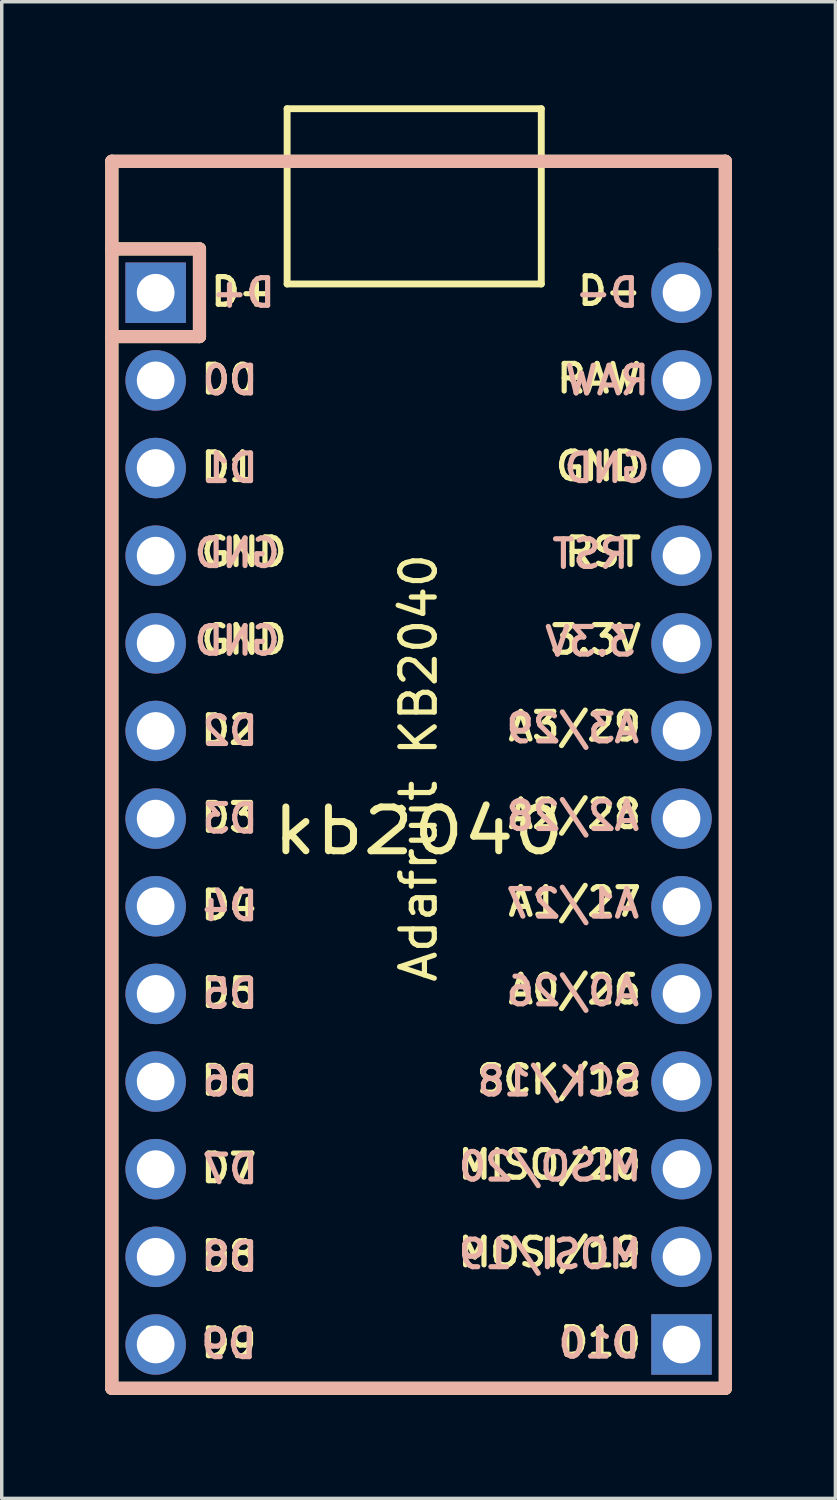
<source format=kicad_pcb>
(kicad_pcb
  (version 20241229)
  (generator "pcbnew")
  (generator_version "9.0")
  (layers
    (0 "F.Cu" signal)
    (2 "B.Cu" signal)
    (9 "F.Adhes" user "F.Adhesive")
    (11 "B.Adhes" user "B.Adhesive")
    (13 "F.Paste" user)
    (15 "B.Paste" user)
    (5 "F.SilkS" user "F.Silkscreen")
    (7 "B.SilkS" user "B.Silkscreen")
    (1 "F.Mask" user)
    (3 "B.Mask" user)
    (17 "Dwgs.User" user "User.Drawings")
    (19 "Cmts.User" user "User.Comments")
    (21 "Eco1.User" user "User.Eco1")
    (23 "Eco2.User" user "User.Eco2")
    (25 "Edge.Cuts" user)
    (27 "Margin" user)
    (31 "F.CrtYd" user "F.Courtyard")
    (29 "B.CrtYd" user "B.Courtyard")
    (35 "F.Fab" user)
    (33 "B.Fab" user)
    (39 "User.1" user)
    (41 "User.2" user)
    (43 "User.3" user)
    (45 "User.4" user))
  (footprint "kb2040"
    (layer "F.Cu")
    (at 9.081 19.404)
    (property "Reference" "kb2040" (at 0 1.625 0) (layer "F.SilkS") (effects (font (size 1.27 1.524) (thickness 0.203))))
    (attr through_hole)
    (fp_line (start -8.89 -17.78) (end -8.89 -15.24) (stroke (width 0.381) (type solid)) (layer "F.SilkS"))
    (fp_line (start -8.89 -15.24) (end -8.89 17.78) (stroke (width 0.381) (type solid)) (layer "F.SilkS"))
    (fp_line (start -8.89 17.78) (end 8.89 17.78) (stroke (width 0.381) (type solid)) (layer "F.SilkS"))
    (fp_line (start -6.35 -15.24) (end -8.89 -15.24) (stroke (width 0.381) (type solid)) (layer "F.SilkS"))
    (fp_line (start -6.35 -15.24) (end -6.35 -12.7) (stroke (width 0.381) (type solid)) (layer "F.SilkS"))
    (fp_line (start -6.35 -12.7) (end -8.89 -12.7) (stroke (width 0.381) (type solid)) (layer "F.SilkS"))
    (fp_line (start -3.81 -19.304) (end 3.556 -19.304) (stroke (width 0.2) (type solid)) (layer "F.SilkS"))
    (fp_line (start -3.81 -14.224) (end -3.81 -19.304) (stroke (width 0.2) (type solid)) (layer "F.SilkS"))
    (fp_line (start 3.556 -19.304) (end 3.556 -14.224) (stroke (width 0.2) (type solid)) (layer "F.SilkS"))
    (fp_line (start 3.556 -14.224) (end -3.81 -14.224) (stroke (width 0.2) (type solid)) (layer "F.SilkS"))
    (fp_line (start 8.89 -17.78) (end -8.89 -17.78) (stroke (width 0.381) (type solid)) (layer "F.SilkS"))
    (fp_line (start 8.89 -15.24) (end 8.89 -17.78) (stroke (width 0.381) (type solid)) (layer "F.SilkS"))
    (fp_line (start 8.89 17.78) (end 8.89 -15.24) (stroke (width 0.381) (type solid)) (layer "F.SilkS"))
    (fp_line (start -8.89 -17.78) (end -8.89 17.78) (stroke (width 0.381) (type solid)) (layer "B.SilkS"))
    (fp_line (start -8.89 17.78) (end 8.89 17.78) (stroke (width 0.381) (type solid)) (layer "B.SilkS"))
    (fp_line (start -6.35 -15.24) (end -8.89 -15.24) (stroke (width 0.381) (type solid)) (layer "B.SilkS"))
    (fp_line (start -6.35 -15.24) (end -6.35 -12.7) (stroke (width 0.381) (type solid)) (layer "B.SilkS"))
    (fp_line (start -6.35 -12.7) (end -8.89 -12.7) (stroke (width 0.381) (type solid)) (layer "B.SilkS"))
    (fp_line (start 8.89 -17.78) (end -8.89 -17.78) (stroke (width 0.381) (type solid)) (layer "B.SilkS"))
    (fp_line (start 8.89 17.78) (end 8.89 -17.78) (stroke (width 0.381) (type solid)) (layer "B.SilkS"))
    (fp_text user "D9" (at -5.5 16.47 0) (layer "F.SilkS") (effects (font (size 0.8 0.8) (thickness 0.15))))
    (fp_text user "3.3V" (at 5.133 -3.915 0) (layer "F.SilkS") (effects (font (size 0.8 0.8) (thickness 0.15))))
    (fp_text user "A1/27" (at 4.524 3.68 0) (layer "F.SilkS") (effects (font (size 0.8 0.8) (thickness 0.15))))
    (fp_text user "GND" (at -5.062 -6.456 0) (layer "F.SilkS") (effects (font (size 0.8 0.8) (thickness 0.15))))
    (fp_text user "A0/26" (at 4.524 6.22 0) (layer "F.SilkS") (effects (font (size 0.8 0.8) (thickness 0.15))))
    (fp_text user "D10" (at 5.267 16.431 0) (layer "F.SilkS") (effects (font (size 0.8 0.8) (thickness 0.15))))
    (fp_text user "D2" (at -5.5 -1.3 0) (layer "F.SilkS") (effects (font (size 0.8 0.8) (thickness 0.15))))
    (fp_text user "GND" (at 5.21 -8.944 0) (layer "F.SilkS") (effects (font (size 0.8 0.8) (thickness 0.15))))
    (fp_text user "D7" (at -5.5 11.4 0) (layer "F.SilkS") (effects (font (size 0.8 0.8) (thickness 0.15))))
    (fp_text user "MISO/20" (at 3.8 11.3 0) (layer "F.SilkS") (effects (font (size 0.8 0.8) (thickness 0.15))))
    (fp_text user "D6" (at -5.5 8.86 0) (layer "F.SilkS") (effects (font (size 0.8 0.8) (thickness 0.15))))
    (fp_text user "D0" (at -5.5 -11.46 0) (layer "F.SilkS") (effects (font (size 0.8 0.8) (thickness 0.15))))
    (fp_text user "D3" (at -5.5 1.24 0) (layer "F.SilkS") (effects (font (size 0.8 0.8) (thickness 0.15))))
    (fp_text user "MOSI/19" (at 3.8 13.84 0) (layer "F.SilkS") (effects (font (size 0.8 0.8) (thickness 0.15))))
    (fp_text user "RST" (at 5.343 -6.455 0) (layer "F.SilkS") (effects (font (size 0.8 0.8) (thickness 0.15))))
    (fp_text user "D1" (at -5.5 -8.92 0) (layer "F.SilkS") (effects (font (size 0.8 0.8) (thickness 0.15))))
    (fp_text user "A3/29" (at 4.524 -1.4 0) (layer "F.SilkS") (effects (font (size 0.8 0.8) (thickness 0.15))))
    (fp_text user "D5" (at -5.5 6.32 0) (layer "F.SilkS") (effects (font (size 0.8 0.8) (thickness 0.15))))
    (fp_text user "D+" (at -5.1 -14 0) (layer "F.SilkS") (effects (font (size 0.8 0.8) (thickness 0.15))))
    (fp_text user "D8" (at -5.5 13.94 0) (layer "F.SilkS") (effects (font (size 0.8 0.8) (thickness 0.15))))
    (fp_text user "RAW" (at 5.229 -11.484 0) (layer "F.SilkS") (effects (font (size 0.8 0.8) (thickness 0.15))))
    (fp_text user "A2/28" (at 4.524 1.14 0) (layer "F.SilkS") (effects (font (size 0.8 0.8) (thickness 0.15))))
    (fp_text user "D4" (at -5.5 3.78 0) (layer "F.SilkS") (effects (font (size 0.8 0.8) (thickness 0.15))))
    (fp_text user "Adafruit KB2040" (at 0 -0.2 90) (unlocked yes) (layer "F.SilkS") (effects (font (size 1 1) (thickness 0.15))))
    (fp_text user "GND" (at -5.062 -3.916 0) (layer "F.SilkS") (effects (font (size 0.8 0.8) (thickness 0.15))))
    (fp_text user "SCK/18" (at 4.067 8.836 0) (layer "F.SilkS") (effects (font (size 0.8 0.8) (thickness 0.15))))
    (fp_text user "D-" (at 5.533 -14.024 0) (layer "F.SilkS") (effects (font (size 0.8 0.8) (thickness 0.15))))
    (fp_text user "D6" (at -5.461 8.89 0) (layer "B.SilkS") (effects (font (size 0.8 0.8) (thickness 0.15)) (justify mirror)))
    (fp_text user "A3/29" (at 4.47 -1.346 0) (layer "B.SilkS") (effects (font (size 0.8 0.8) (thickness 0.15)) (justify mirror)))
    (fp_text user "D4" (at -5.461 3.81 0) (layer "B.SilkS") (effects (font (size 0.8 0.8) (thickness 0.15)) (justify mirror)))
    (fp_text user "RAW" (at 5.461 -11.43 0) (layer "B.SilkS") (effects (font (size 0.8 0.8) (thickness 0.15)) (justify mirror)))
    (fp_text user "D+" (at -5.08 -13.97 0) (layer "B.SilkS") (effects (font (size 0.8 0.8) (thickness 0.15)) (justify mirror)))
    (fp_text user "3.3V" (at 4.978 -3.861 0) (layer "B.SilkS") (effects (font (size 0.8 0.8) (thickness 0.15)) (justify mirror)))
    (fp_text user "D7" (at -5.461 11.43 0) (layer "B.SilkS") (effects (font (size 0.8 0.8) (thickness 0.15)) (justify mirror)))
    (fp_text user "A1/27" (at 4.47 3.734 0) (layer "B.SilkS") (effects (font (size 0.8 0.8) (thickness 0.15)) (justify mirror)))
    (fp_text user "D5" (at -5.461 6.35 0) (layer "B.SilkS") (effects (font (size 0.8 0.8) (thickness 0.15)) (justify mirror)))
    (fp_text user "D10" (at 5.232 16.485 0) (layer "B.SilkS") (effects (font (size 0.8 0.8) (thickness 0.15)) (justify mirror)))
    (fp_text user "A0/26" (at 4.47 6.274 0) (layer "B.SilkS") (effects (font (size 0.8 0.8) (thickness 0.15)) (justify mirror)))
    (fp_text user "D0" (at -5.461 -11.43 0) (layer "B.SilkS") (effects (font (size 0.8 0.8) (thickness 0.15)) (justify mirror)))
    (fp_text user "D-" (at 5.461 -13.97 0) (layer "B.SilkS") (effects (font (size 0.8 0.8) (thickness 0.15)) (justify mirror)))
    (fp_text user "A2/28" (at 4.47 1.194 0) (layer "B.SilkS") (effects (font (size 0.8 0.8) (thickness 0.15)) (justify mirror)))
    (fp_text user "D9" (at -5.5 16.5 0) (layer "B.SilkS") (effects (font (size 0.8 0.8) (thickness 0.15)) (justify mirror)))
    (fp_text user "D2" (at -5.461 -1.27 0) (layer "B.SilkS") (effects (font (size 0.8 0.8) (thickness 0.15)) (justify mirror)))
    (fp_text user "D8" (at -5.461 13.97 0) (layer "B.SilkS") (effects (font (size 0.8 0.8) (thickness 0.15)) (justify mirror)))
    (fp_text user "RST" (at 4.978 -6.401 0) (layer "B.SilkS") (effects (font (size 0.8 0.8) (thickness 0.15)) (justify mirror)))
    (fp_text user "SCK/18" (at 4.089 8.89 0) (layer "B.SilkS") (effects (font (size 0.8 0.8) (thickness 0.15)) (justify mirror)))
    (fp_text user "D1" (at -5.461 -8.89 0) (layer "B.SilkS") (effects (font (size 0.8 0.8) (thickness 0.15)) (justify mirror)))
    (fp_text user "D3" (at -5.461 1.27 0) (layer "B.SilkS") (effects (font (size 0.8 0.8) (thickness 0.15)) (justify mirror)))
    (fp_text user "GND" (at -5.258 -3.886 0) (layer "B.SilkS") (effects (font (size 0.8 0.8) (thickness 0.15)) (justify mirror)))
    (fp_text user "MOSI/19" (at 3.81 13.894 0) (layer "B.SilkS") (effects (font (size 0.8 0.8) (thickness 0.15)) (justify mirror)))
    (fp_text user "GND" (at 5.461 -8.89 0) (layer "B.SilkS") (effects (font (size 0.8 0.8) (thickness 0.15)) (justify mirror)))
    (fp_text user "MISO/20" (at 3.81 11.354 0) (layer "B.SilkS") (effects (font (size 0.8 0.8) (thickness 0.15)) (justify mirror)))
    (fp_text user "GND" (at -5.258 -6.426 0) (layer "B.SilkS") (effects (font (size 0.8 0.8) (thickness 0.15)) (justify mirror)))
    (pad "1" thru_hole rect (at -7.62 -13.97 270) (size 1.753 1.753) (drill 1.092) (layers "*.Cu" "*.Mask"))
    (pad "2" thru_hole circle (at -7.62 -11.43 270) (size 1.753 1.753) (drill 1.092) (layers "*.Cu" "*.Mask"))
    (pad "3" thru_hole circle (at -7.62 -8.89 270) (size 1.753 1.753) (drill 1.092) (layers "*.Cu" "*.Mask"))
    (pad "4" thru_hole circle (at -7.62 -6.35 270) (size 1.753 1.753) (drill 1.092) (layers "*.Cu" "*.Mask"))
    (pad "5" thru_hole circle (at -7.62 -3.81 270) (size 1.753 1.753) (drill 1.092) (layers "*.Cu" "*.Mask"))
    (pad "6" thru_hole circle (at -7.62 -1.27 270) (size 1.753 1.753) (drill 1.092) (layers "*.Cu" "*.Mask"))
    (pad "7" thru_hole circle (at -7.62 1.27 270) (size 1.753 1.753) (drill 1.092) (layers "*.Cu" "*.Mask"))
    (pad "8" thru_hole circle (at -7.62 3.81 270) (size 1.753 1.753) (drill 1.092) (layers "*.Cu" "*.Mask"))
    (pad "9" thru_hole circle (at -7.62 6.35 270) (size 1.753 1.753) (drill 1.092) (layers "*.Cu" "*.Mask"))
    (pad "10" thru_hole circle (at -7.62 8.89 270) (size 1.753 1.753) (drill 1.092) (layers "*.Cu" "*.Mask"))
    (pad "11" thru_hole circle (at -7.62 11.43 270) (size 1.753 1.753) (drill 1.092) (layers "*.Cu" "*.Mask"))
    (pad "12" thru_hole circle (at -7.62 13.97 270) (size 1.753 1.753) (drill 1.092) (layers "*.Cu" "*.Mask"))
    (pad "13" thru_hole circle (at -7.62 16.51 270) (size 1.753 1.753) (drill 1.092) (layers "*.Cu" "*.Mask"))
    (pad "14" thru_hole circle (at 7.62 -13.97 270) (size 1.753 1.753) (drill 1.092) (layers "*.Cu" "*.Mask"))
    (pad "15" thru_hole circle (at 7.62 -11.43 270) (size 1.753 1.753) (drill 1.092) (layers "*.Cu" "*.Mask"))
    (pad "16" thru_hole circle (at 7.62 -8.89 270) (size 1.753 1.753) (drill 1.092) (layers "*.Cu" "*.Mask"))
    (pad "17" thru_hole circle (at 7.62 -6.35 270) (size 1.753 1.753) (drill 1.092) (layers "*.Cu" "*.Mask"))
    (pad "18" thru_hole circle (at 7.62 -3.81 270) (size 1.753 1.753) (drill 1.092) (layers "*.Cu" "*.Mask"))
    (pad "19" thru_hole circle (at 7.62 -1.27 270) (size 1.753 1.753) (drill 1.092) (layers "*.Cu" "*.Mask"))
    (pad "20" thru_hole circle (at 7.62 1.27 270) (size 1.753 1.753) (drill 1.092) (layers "*.Cu" "*.Mask"))
    (pad "21" thru_hole circle (at 7.62 3.81 270) (size 1.753 1.753) (drill 1.092) (layers "*.Cu" "*.Mask"))
    (pad "22" thru_hole circle (at 7.62 6.35 270) (size 1.753 1.753) (drill 1.092) (layers "*.Cu" "*.Mask"))
    (pad "23" thru_hole circle (at 7.62 8.89 270) (size 1.753 1.753) (drill 1.092) (layers "*.Cu" "*.Mask"))
    (pad "24" thru_hole circle (at 7.62 11.43 270) (size 1.753 1.753) (drill 1.092) (layers "*.Cu" "*.Mask"))
    (pad "25" thru_hole circle (at 7.62 13.97 270) (size 1.753 1.753) (drill 1.092) (layers "*.Cu" "*.Mask"))
    (pad "26" thru_hole rect (at 7.62 16.51 270) (size 1.753 1.753) (drill 1.092) (layers "*.Cu" "*.Mask")))
  (gr_rect
    (start -3 -3)
    (end 21.161 40.374)
    (stroke (width 0.1) (type default))
    (fill no)
    (layer "Edge.Cuts")))
</source>
